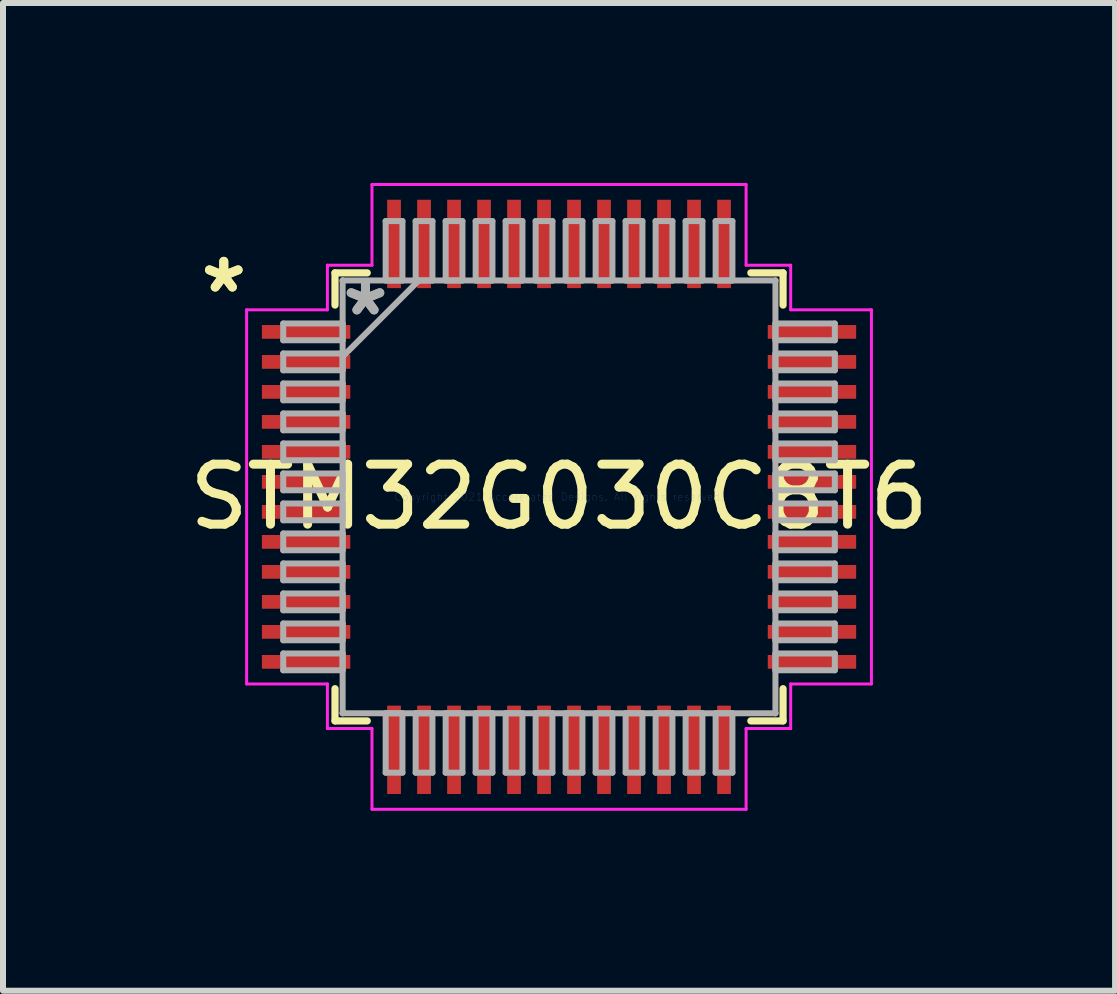
<source format=kicad_pcb>
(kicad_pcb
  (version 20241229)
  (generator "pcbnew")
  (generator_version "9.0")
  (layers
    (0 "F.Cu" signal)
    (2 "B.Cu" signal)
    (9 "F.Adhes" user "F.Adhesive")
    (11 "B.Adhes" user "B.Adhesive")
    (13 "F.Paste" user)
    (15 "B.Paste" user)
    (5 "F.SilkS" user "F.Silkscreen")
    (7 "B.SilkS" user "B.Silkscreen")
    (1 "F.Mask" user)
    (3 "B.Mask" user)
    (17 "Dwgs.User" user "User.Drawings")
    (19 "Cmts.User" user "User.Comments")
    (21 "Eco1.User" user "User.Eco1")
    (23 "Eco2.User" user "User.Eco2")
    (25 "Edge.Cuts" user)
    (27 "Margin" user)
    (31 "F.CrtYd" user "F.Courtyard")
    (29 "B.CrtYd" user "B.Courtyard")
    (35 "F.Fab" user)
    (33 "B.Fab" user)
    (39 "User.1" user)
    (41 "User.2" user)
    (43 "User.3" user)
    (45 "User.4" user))
  (footprint "STM32G030C8T6"
    (layer "F.Cu")
    (at 6.268 5.232)
    (property "Reference" "STM32G030C8T6" (at 0 0 0) (layer "F.SilkS") (effects (font (size 1 1) (thickness 0.15))))
    (attr through_hole)
    (fp_line (start -3.734 -3.734) (end -3.734 -3.197) (stroke (width 0.12) (type solid)) (layer "F.SilkS"))
    (fp_line (start -3.734 3.197) (end -3.734 3.734) (stroke (width 0.12) (type solid)) (layer "F.SilkS"))
    (fp_line (start -3.734 3.734) (end -3.197 3.734) (stroke (width 0.12) (type solid)) (layer "F.SilkS"))
    (fp_line (start -3.197 -3.734) (end -3.734 -3.734) (stroke (width 0.12) (type solid)) (layer "F.SilkS"))
    (fp_line (start 3.197 3.734) (end 3.734 3.734) (stroke (width 0.12) (type solid)) (layer "F.SilkS"))
    (fp_line (start 3.734 -3.734) (end 3.197 -3.734) (stroke (width 0.12) (type solid)) (layer "F.SilkS"))
    (fp_line (start 3.734 -3.197) (end 3.734 -3.734) (stroke (width 0.12) (type solid)) (layer "F.SilkS"))
    (fp_line (start 3.734 3.734) (end 3.734 3.197) (stroke (width 0.12) (type solid)) (layer "F.SilkS"))
    (fp_line (start -5.207 -3.118) (end -3.861 -3.118) (stroke (width 0.05) (type solid)) (layer "F.CrtYd"))
    (fp_line (start -5.207 3.118) (end -5.207 -3.118) (stroke (width 0.05) (type solid)) (layer "F.CrtYd"))
    (fp_line (start -3.861 -3.861) (end -3.118 -3.861) (stroke (width 0.05) (type solid)) (layer "F.CrtYd"))
    (fp_line (start -3.861 -3.118) (end -3.861 -3.861) (stroke (width 0.05) (type solid)) (layer "F.CrtYd"))
    (fp_line (start -3.861 3.118) (end -5.207 3.118) (stroke (width 0.05) (type solid)) (layer "F.CrtYd"))
    (fp_line (start -3.861 3.861) (end -3.861 3.118) (stroke (width 0.05) (type solid)) (layer "F.CrtYd"))
    (fp_line (start -3.861 3.861) (end -3.118 3.861) (stroke (width 0.05) (type solid)) (layer "F.CrtYd"))
    (fp_line (start -3.118 -5.207) (end 3.118 -5.207) (stroke (width 0.05) (type solid)) (layer "F.CrtYd"))
    (fp_line (start -3.118 -3.861) (end -3.118 -5.207) (stroke (width 0.05) (type solid)) (layer "F.CrtYd"))
    (fp_line (start -3.118 3.861) (end -3.118 5.207) (stroke (width 0.05) (type solid)) (layer "F.CrtYd"))
    (fp_line (start -3.118 5.207) (end 3.118 5.207) (stroke (width 0.05) (type solid)) (layer "F.CrtYd"))
    (fp_line (start 3.118 -5.207) (end 3.118 -3.861) (stroke (width 0.05) (type solid)) (layer "F.CrtYd"))
    (fp_line (start 3.118 -3.861) (end 3.861 -3.861) (stroke (width 0.05) (type solid)) (layer "F.CrtYd"))
    (fp_line (start 3.118 5.207) (end 3.118 3.861) (stroke (width 0.05) (type solid)) (layer "F.CrtYd"))
    (fp_line (start 3.861 -3.118) (end 3.861 -3.861) (stroke (width 0.05) (type solid)) (layer "F.CrtYd"))
    (fp_line (start 3.861 -3.118) (end 5.207 -3.118) (stroke (width 0.05) (type solid)) (layer "F.CrtYd"))
    (fp_line (start 3.861 3.118) (end 3.861 3.861) (stroke (width 0.05) (type solid)) (layer "F.CrtYd"))
    (fp_line (start 3.861 3.118) (end 5.207 3.118) (stroke (width 0.05) (type solid)) (layer "F.CrtYd"))
    (fp_line (start 3.861 3.861) (end 3.118 3.861) (stroke (width 0.05) (type solid)) (layer "F.CrtYd"))
    (fp_line (start 5.207 -3.118) (end 5.207 3.118) (stroke (width 0.05) (type solid)) (layer "F.CrtYd"))
    (fp_line (start -4.597 -2.89) (end -4.597 -2.61) (stroke (width 0.1) (type solid)) (layer "F.Fab"))
    (fp_line (start -4.597 -2.61) (end -3.607 -2.61) (stroke (width 0.1) (type solid)) (layer "F.Fab"))
    (fp_line (start -4.597 -2.39) (end -4.597 -2.11) (stroke (width 0.1) (type solid)) (layer "F.Fab"))
    (fp_line (start -4.597 -2.11) (end -3.607 -2.11) (stroke (width 0.1) (type solid)) (layer "F.Fab"))
    (fp_line (start -4.597 -1.89) (end -4.597 -1.61) (stroke (width 0.1) (type solid)) (layer "F.Fab"))
    (fp_line (start -4.597 -1.61) (end -3.607 -1.61) (stroke (width 0.1) (type solid)) (layer "F.Fab"))
    (fp_line (start -4.597 -1.39) (end -4.597 -1.11) (stroke (width 0.1) (type solid)) (layer "F.Fab"))
    (fp_line (start -4.597 -1.11) (end -3.607 -1.11) (stroke (width 0.1) (type solid)) (layer "F.Fab"))
    (fp_line (start -4.597 -0.89) (end -4.597 -0.61) (stroke (width 0.1) (type solid)) (layer "F.Fab"))
    (fp_line (start -4.597 -0.61) (end -3.607 -0.61) (stroke (width 0.1) (type solid)) (layer "F.Fab"))
    (fp_line (start -4.597 -0.39) (end -4.597 -0.11) (stroke (width 0.1) (type solid)) (layer "F.Fab"))
    (fp_line (start -4.597 -0.11) (end -3.607 -0.11) (stroke (width 0.1) (type solid)) (layer "F.Fab"))
    (fp_line (start -4.597 0.11) (end -4.597 0.39) (stroke (width 0.1) (type solid)) (layer "F.Fab"))
    (fp_line (start -4.597 0.39) (end -3.607 0.39) (stroke (width 0.1) (type solid)) (layer "F.Fab"))
    (fp_line (start -4.597 0.61) (end -4.597 0.89) (stroke (width 0.1) (type solid)) (layer "F.Fab"))
    (fp_line (start -4.597 0.89) (end -3.607 0.89) (stroke (width 0.1) (type solid)) (layer "F.Fab"))
    (fp_line (start -4.597 1.11) (end -4.597 1.39) (stroke (width 0.1) (type solid)) (layer "F.Fab"))
    (fp_line (start -4.597 1.39) (end -3.607 1.39) (stroke (width 0.1) (type solid)) (layer "F.Fab"))
    (fp_line (start -4.597 1.61) (end -4.597 1.89) (stroke (width 0.1) (type solid)) (layer "F.Fab"))
    (fp_line (start -4.597 1.89) (end -3.607 1.89) (stroke (width 0.1) (type solid)) (layer "F.Fab"))
    (fp_line (start -4.597 2.11) (end -4.597 2.39) (stroke (width 0.1) (type solid)) (layer "F.Fab"))
    (fp_line (start -4.597 2.39) (end -3.607 2.39) (stroke (width 0.1) (type solid)) (layer "F.Fab"))
    (fp_line (start -4.597 2.61) (end -4.597 2.89) (stroke (width 0.1) (type solid)) (layer "F.Fab"))
    (fp_line (start -4.597 2.89) (end -3.607 2.89) (stroke (width 0.1) (type solid)) (layer "F.Fab"))
    (fp_line (start -3.607 -3.607) (end -3.607 -3.607) (stroke (width 0.1) (type solid)) (layer "F.Fab"))
    (fp_line (start -3.607 -3.607) (end -3.607 3.607) (stroke (width 0.1) (type solid)) (layer "F.Fab"))
    (fp_line (start -3.607 -2.89) (end -4.597 -2.89) (stroke (width 0.1) (type solid)) (layer "F.Fab"))
    (fp_line (start -3.607 -2.61) (end -3.607 -2.89) (stroke (width 0.1) (type solid)) (layer "F.Fab"))
    (fp_line (start -3.607 -2.39) (end -4.597 -2.39) (stroke (width 0.1) (type solid)) (layer "F.Fab"))
    (fp_line (start -3.607 -2.337) (end -2.337 -3.607) (stroke (width 0.1) (type solid)) (layer "F.Fab"))
    (fp_line (start -3.607 -2.11) (end -3.607 -2.39) (stroke (width 0.1) (type solid)) (layer "F.Fab"))
    (fp_line (start -3.607 -1.89) (end -4.597 -1.89) (stroke (width 0.1) (type solid)) (layer "F.Fab"))
    (fp_line (start -3.607 -1.61) (end -3.607 -1.89) (stroke (width 0.1) (type solid)) (layer "F.Fab"))
    (fp_line (start -3.607 -1.39) (end -4.597 -1.39) (stroke (width 0.1) (type solid)) (layer "F.Fab"))
    (fp_line (start -3.607 -1.11) (end -3.607 -1.39) (stroke (width 0.1) (type solid)) (layer "F.Fab"))
    (fp_line (start -3.607 -0.89) (end -4.597 -0.89) (stroke (width 0.1) (type solid)) (layer "F.Fab"))
    (fp_line (start -3.607 -0.61) (end -3.607 -0.89) (stroke (width 0.1) (type solid)) (layer "F.Fab"))
    (fp_line (start -3.607 -0.39) (end -4.597 -0.39) (stroke (width 0.1) (type solid)) (layer "F.Fab"))
    (fp_line (start -3.607 -0.11) (end -3.607 -0.39) (stroke (width 0.1) (type solid)) (layer "F.Fab"))
    (fp_line (start -3.607 0.11) (end -4.597 0.11) (stroke (width 0.1) (type solid)) (layer "F.Fab"))
    (fp_line (start -3.607 0.39) (end -3.607 0.11) (stroke (width 0.1) (type solid)) (layer "F.Fab"))
    (fp_line (start -3.607 0.61) (end -4.597 0.61) (stroke (width 0.1) (type solid)) (layer "F.Fab"))
    (fp_line (start -3.607 0.89) (end -3.607 0.61) (stroke (width 0.1) (type solid)) (layer "F.Fab"))
    (fp_line (start -3.607 1.11) (end -4.597 1.11) (stroke (width 0.1) (type solid)) (layer "F.Fab"))
    (fp_line (start -3.607 1.39) (end -3.607 1.11) (stroke (width 0.1) (type solid)) (layer "F.Fab"))
    (fp_line (start -3.607 1.61) (end -4.597 1.61) (stroke (width 0.1) (type solid)) (layer "F.Fab"))
    (fp_line (start -3.607 1.89) (end -3.607 1.61) (stroke (width 0.1) (type solid)) (layer "F.Fab"))
    (fp_line (start -3.607 2.11) (end -4.597 2.11) (stroke (width 0.1) (type solid)) (layer "F.Fab"))
    (fp_line (start -3.607 2.39) (end -3.607 2.11) (stroke (width 0.1) (type solid)) (layer "F.Fab"))
    (fp_line (start -3.607 2.61) (end -4.597 2.61) (stroke (width 0.1) (type solid)) (layer "F.Fab"))
    (fp_line (start -3.607 2.89) (end -3.607 2.61) (stroke (width 0.1) (type solid)) (layer "F.Fab"))
    (fp_line (start -3.607 3.607) (end -3.607 3.607) (stroke (width 0.1) (type solid)) (layer "F.Fab"))
    (fp_line (start -3.607 3.607) (end 3.607 3.607) (stroke (width 0.1) (type solid)) (layer "F.Fab"))
    (fp_line (start -2.89 -4.597) (end -2.89 -3.607) (stroke (width 0.1) (type solid)) (layer "F.Fab"))
    (fp_line (start -2.89 -3.607) (end -2.61 -3.607) (stroke (width 0.1) (type solid)) (layer "F.Fab"))
    (fp_line (start -2.89 3.607) (end -2.89 4.597) (stroke (width 0.1) (type solid)) (layer "F.Fab"))
    (fp_line (start -2.89 4.597) (end -2.61 4.597) (stroke (width 0.1) (type solid)) (layer "F.Fab"))
    (fp_line (start -2.61 -4.597) (end -2.89 -4.597) (stroke (width 0.1) (type solid)) (layer "F.Fab"))
    (fp_line (start -2.61 -3.607) (end -2.61 -4.597) (stroke (width 0.1) (type solid)) (layer "F.Fab"))
    (fp_line (start -2.61 3.607) (end -2.89 3.607) (stroke (width 0.1) (type solid)) (layer "F.Fab"))
    (fp_line (start -2.61 4.597) (end -2.61 3.607) (stroke (width 0.1) (type solid)) (layer "F.Fab"))
    (fp_line (start -2.39 -4.597) (end -2.39 -3.607) (stroke (width 0.1) (type solid)) (layer "F.Fab"))
    (fp_line (start -2.39 -3.607) (end -2.11 -3.607) (stroke (width 0.1) (type solid)) (layer "F.Fab"))
    (fp_line (start -2.39 3.607) (end -2.39 4.597) (stroke (width 0.1) (type solid)) (layer "F.Fab"))
    (fp_line (start -2.39 4.597) (end -2.11 4.597) (stroke (width 0.1) (type solid)) (layer "F.Fab"))
    (fp_line (start -2.11 -4.597) (end -2.39 -4.597) (stroke (width 0.1) (type solid)) (layer "F.Fab"))
    (fp_line (start -2.11 -3.607) (end -2.11 -4.597) (stroke (width 0.1) (type solid)) (layer "F.Fab"))
    (fp_line (start -2.11 3.607) (end -2.39 3.607) (stroke (width 0.1) (type solid)) (layer "F.Fab"))
    (fp_line (start -2.11 4.597) (end -2.11 3.607) (stroke (width 0.1) (type solid)) (layer "F.Fab"))
    (fp_line (start -1.89 -4.597) (end -1.89 -3.607) (stroke (width 0.1) (type solid)) (layer "F.Fab"))
    (fp_line (start -1.89 -3.607) (end -1.61 -3.607) (stroke (width 0.1) (type solid)) (layer "F.Fab"))
    (fp_line (start -1.89 3.607) (end -1.89 4.597) (stroke (width 0.1) (type solid)) (layer "F.Fab"))
    (fp_line (start -1.89 4.597) (end -1.61 4.597) (stroke (width 0.1) (type solid)) (layer "F.Fab"))
    (fp_line (start -1.61 -4.597) (end -1.89 -4.597) (stroke (width 0.1) (type solid)) (layer "F.Fab"))
    (fp_line (start -1.61 -3.607) (end -1.61 -4.597) (stroke (width 0.1) (type solid)) (layer "F.Fab"))
    (fp_line (start -1.61 3.607) (end -1.89 3.607) (stroke (width 0.1) (type solid)) (layer "F.Fab"))
    (fp_line (start -1.61 4.597) (end -1.61 3.607) (stroke (width 0.1) (type solid)) (layer "F.Fab"))
    (fp_line (start -1.39 -4.597) (end -1.39 -3.607) (stroke (width 0.1) (type solid)) (layer "F.Fab"))
    (fp_line (start -1.39 -3.607) (end -1.11 -3.607) (stroke (width 0.1) (type solid)) (layer "F.Fab"))
    (fp_line (start -1.39 3.607) (end -1.39 4.597) (stroke (width 0.1) (type solid)) (layer "F.Fab"))
    (fp_line (start -1.39 4.597) (end -1.11 4.597) (stroke (width 0.1) (type solid)) (layer "F.Fab"))
    (fp_line (start -1.11 -4.597) (end -1.39 -4.597) (stroke (width 0.1) (type solid)) (layer "F.Fab"))
    (fp_line (start -1.11 -3.607) (end -1.11 -4.597) (stroke (width 0.1) (type solid)) (layer "F.Fab"))
    (fp_line (start -1.11 3.607) (end -1.39 3.607) (stroke (width 0.1) (type solid)) (layer "F.Fab"))
    (fp_line (start -1.11 4.597) (end -1.11 3.607) (stroke (width 0.1) (type solid)) (layer "F.Fab"))
    (fp_line (start -0.89 -4.597) (end -0.89 -3.607) (stroke (width 0.1) (type solid)) (layer "F.Fab"))
    (fp_line (start -0.89 -3.607) (end -0.61 -3.607) (stroke (width 0.1) (type solid)) (layer "F.Fab"))
    (fp_line (start -0.89 3.607) (end -0.89 4.597) (stroke (width 0.1) (type solid)) (layer "F.Fab"))
    (fp_line (start -0.89 4.597) (end -0.61 4.597) (stroke (width 0.1) (type solid)) (layer "F.Fab"))
    (fp_line (start -0.61 -4.597) (end -0.89 -4.597) (stroke (width 0.1) (type solid)) (layer "F.Fab"))
    (fp_line (start -0.61 -3.607) (end -0.61 -4.597) (stroke (width 0.1) (type solid)) (layer "F.Fab"))
    (fp_line (start -0.61 3.607) (end -0.89 3.607) (stroke (width 0.1) (type solid)) (layer "F.Fab"))
    (fp_line (start -0.61 4.597) (end -0.61 3.607) (stroke (width 0.1) (type solid)) (layer "F.Fab"))
    (fp_line (start -0.39 -4.597) (end -0.39 -3.607) (stroke (width 0.1) (type solid)) (layer "F.Fab"))
    (fp_line (start -0.39 -3.607) (end -0.11 -3.607) (stroke (width 0.1) (type solid)) (layer "F.Fab"))
    (fp_line (start -0.39 3.607) (end -0.39 4.597) (stroke (width 0.1) (type solid)) (layer "F.Fab"))
    (fp_line (start -0.39 4.597) (end -0.11 4.597) (stroke (width 0.1) (type solid)) (layer "F.Fab"))
    (fp_line (start -0.11 -4.597) (end -0.39 -4.597) (stroke (width 0.1) (type solid)) (layer "F.Fab"))
    (fp_line (start -0.11 -3.607) (end -0.11 -4.597) (stroke (width 0.1) (type solid)) (layer "F.Fab"))
    (fp_line (start -0.11 3.607) (end -0.39 3.607) (stroke (width 0.1) (type solid)) (layer "F.Fab"))
    (fp_line (start -0.11 4.597) (end -0.11 3.607) (stroke (width 0.1) (type solid)) (layer "F.Fab"))
    (fp_line (start 0.11 -4.597) (end 0.11 -3.607) (stroke (width 0.1) (type solid)) (layer "F.Fab"))
    (fp_line (start 0.11 -3.607) (end 0.39 -3.607) (stroke (width 0.1) (type solid)) (layer "F.Fab"))
    (fp_line (start 0.11 3.607) (end 0.11 4.597) (stroke (width 0.1) (type solid)) (layer "F.Fab"))
    (fp_line (start 0.11 4.597) (end 0.39 4.597) (stroke (width 0.1) (type solid)) (layer "F.Fab"))
    (fp_line (start 0.39 -4.597) (end 0.11 -4.597) (stroke (width 0.1) (type solid)) (layer "F.Fab"))
    (fp_line (start 0.39 -3.607) (end 0.39 -4.597) (stroke (width 0.1) (type solid)) (layer "F.Fab"))
    (fp_line (start 0.39 3.607) (end 0.11 3.607) (stroke (width 0.1) (type solid)) (layer "F.Fab"))
    (fp_line (start 0.39 4.597) (end 0.39 3.607) (stroke (width 0.1) (type solid)) (layer "F.Fab"))
    (fp_line (start 0.61 -4.597) (end 0.61 -3.607) (stroke (width 0.1) (type solid)) (layer "F.Fab"))
    (fp_line (start 0.61 -3.607) (end 0.89 -3.607) (stroke (width 0.1) (type solid)) (layer "F.Fab"))
    (fp_line (start 0.61 3.607) (end 0.61 4.597) (stroke (width 0.1) (type solid)) (layer "F.Fab"))
    (fp_line (start 0.61 4.597) (end 0.89 4.597) (stroke (width 0.1) (type solid)) (layer "F.Fab"))
    (fp_line (start 0.89 -4.597) (end 0.61 -4.597) (stroke (width 0.1) (type solid)) (layer "F.Fab"))
    (fp_line (start 0.89 -3.607) (end 0.89 -4.597) (stroke (width 0.1) (type solid)) (layer "F.Fab"))
    (fp_line (start 0.89 3.607) (end 0.61 3.607) (stroke (width 0.1) (type solid)) (layer "F.Fab"))
    (fp_line (start 0.89 4.597) (end 0.89 3.607) (stroke (width 0.1) (type solid)) (layer "F.Fab"))
    (fp_line (start 1.11 -4.597) (end 1.11 -3.607) (stroke (width 0.1) (type solid)) (layer "F.Fab"))
    (fp_line (start 1.11 -3.607) (end 1.39 -3.607) (stroke (width 0.1) (type solid)) (layer "F.Fab"))
    (fp_line (start 1.11 3.607) (end 1.11 4.597) (stroke (width 0.1) (type solid)) (layer "F.Fab"))
    (fp_line (start 1.11 4.597) (end 1.39 4.597) (stroke (width 0.1) (type solid)) (layer "F.Fab"))
    (fp_line (start 1.39 -4.597) (end 1.11 -4.597) (stroke (width 0.1) (type solid)) (layer "F.Fab"))
    (fp_line (start 1.39 -3.607) (end 1.39 -4.597) (stroke (width 0.1) (type solid)) (layer "F.Fab"))
    (fp_line (start 1.39 3.607) (end 1.11 3.607) (stroke (width 0.1) (type solid)) (layer "F.Fab"))
    (fp_line (start 1.39 4.597) (end 1.39 3.607) (stroke (width 0.1) (type solid)) (layer "F.Fab"))
    (fp_line (start 1.61 -4.597) (end 1.61 -3.607) (stroke (width 0.1) (type solid)) (layer "F.Fab"))
    (fp_line (start 1.61 -3.607) (end 1.89 -3.607) (stroke (width 0.1) (type solid)) (layer "F.Fab"))
    (fp_line (start 1.61 3.607) (end 1.61 4.597) (stroke (width 0.1) (type solid)) (layer "F.Fab"))
    (fp_line (start 1.61 4.597) (end 1.89 4.597) (stroke (width 0.1) (type solid)) (layer "F.Fab"))
    (fp_line (start 1.89 -4.597) (end 1.61 -4.597) (stroke (width 0.1) (type solid)) (layer "F.Fab"))
    (fp_line (start 1.89 -3.607) (end 1.89 -4.597) (stroke (width 0.1) (type solid)) (layer "F.Fab"))
    (fp_line (start 1.89 3.607) (end 1.61 3.607) (stroke (width 0.1) (type solid)) (layer "F.Fab"))
    (fp_line (start 1.89 4.597) (end 1.89 3.607) (stroke (width 0.1) (type solid)) (layer "F.Fab"))
    (fp_line (start 2.11 -4.597) (end 2.11 -3.607) (stroke (width 0.1) (type solid)) (layer "F.Fab"))
    (fp_line (start 2.11 -3.607) (end 2.39 -3.607) (stroke (width 0.1) (type solid)) (layer "F.Fab"))
    (fp_line (start 2.11 3.607) (end 2.11 4.597) (stroke (width 0.1) (type solid)) (layer "F.Fab"))
    (fp_line (start 2.11 4.597) (end 2.39 4.597) (stroke (width 0.1) (type solid)) (layer "F.Fab"))
    (fp_line (start 2.39 -4.597) (end 2.11 -4.597) (stroke (width 0.1) (type solid)) (layer "F.Fab"))
    (fp_line (start 2.39 -3.607) (end 2.39 -4.597) (stroke (width 0.1) (type solid)) (layer "F.Fab"))
    (fp_line (start 2.39 3.607) (end 2.11 3.607) (stroke (width 0.1) (type solid)) (layer "F.Fab"))
    (fp_line (start 2.39 4.597) (end 2.39 3.607) (stroke (width 0.1) (type solid)) (layer "F.Fab"))
    (fp_line (start 2.61 -4.597) (end 2.61 -3.607) (stroke (width 0.1) (type solid)) (layer "F.Fab"))
    (fp_line (start 2.61 -3.607) (end 2.89 -3.607) (stroke (width 0.1) (type solid)) (layer "F.Fab"))
    (fp_line (start 2.61 3.607) (end 2.61 4.597) (stroke (width 0.1) (type solid)) (layer "F.Fab"))
    (fp_line (start 2.61 4.597) (end 2.89 4.597) (stroke (width 0.1) (type solid)) (layer "F.Fab"))
    (fp_line (start 2.89 -4.597) (end 2.61 -4.597) (stroke (width 0.1) (type solid)) (layer "F.Fab"))
    (fp_line (start 2.89 -3.607) (end 2.89 -4.597) (stroke (width 0.1) (type solid)) (layer "F.Fab"))
    (fp_line (start 2.89 3.607) (end 2.61 3.607) (stroke (width 0.1) (type solid)) (layer "F.Fab"))
    (fp_line (start 2.89 4.597) (end 2.89 3.607) (stroke (width 0.1) (type solid)) (layer "F.Fab"))
    (fp_line (start 3.607 -3.607) (end -3.607 -3.607) (stroke (width 0.1) (type solid)) (layer "F.Fab"))
    (fp_line (start 3.607 -3.607) (end 3.607 -3.607) (stroke (width 0.1) (type solid)) (layer "F.Fab"))
    (fp_line (start 3.607 -2.89) (end 3.607 -2.61) (stroke (width 0.1) (type solid)) (layer "F.Fab"))
    (fp_line (start 3.607 -2.61) (end 4.597 -2.61) (stroke (width 0.1) (type solid)) (layer "F.Fab"))
    (fp_line (start 3.607 -2.39) (end 3.607 -2.11) (stroke (width 0.1) (type solid)) (layer "F.Fab"))
    (fp_line (start 3.607 -2.11) (end 4.597 -2.11) (stroke (width 0.1) (type solid)) (layer "F.Fab"))
    (fp_line (start 3.607 -1.89) (end 3.607 -1.61) (stroke (width 0.1) (type solid)) (layer "F.Fab"))
    (fp_line (start 3.607 -1.61) (end 4.597 -1.61) (stroke (width 0.1) (type solid)) (layer "F.Fab"))
    (fp_line (start 3.607 -1.39) (end 3.607 -1.11) (stroke (width 0.1) (type solid)) (layer "F.Fab"))
    (fp_line (start 3.607 -1.11) (end 4.597 -1.11) (stroke (width 0.1) (type solid)) (layer "F.Fab"))
    (fp_line (start 3.607 -0.89) (end 3.607 -0.61) (stroke (width 0.1) (type solid)) (layer "F.Fab"))
    (fp_line (start 3.607 -0.61) (end 4.597 -0.61) (stroke (width 0.1) (type solid)) (layer "F.Fab"))
    (fp_line (start 3.607 -0.39) (end 3.607 -0.11) (stroke (width 0.1) (type solid)) (layer "F.Fab"))
    (fp_line (start 3.607 -0.11) (end 4.597 -0.11) (stroke (width 0.1) (type solid)) (layer "F.Fab"))
    (fp_line (start 3.607 0.11) (end 3.607 0.39) (stroke (width 0.1) (type solid)) (layer "F.Fab"))
    (fp_line (start 3.607 0.39) (end 4.597 0.39) (stroke (width 0.1) (type solid)) (layer "F.Fab"))
    (fp_line (start 3.607 0.61) (end 3.607 0.89) (stroke (width 0.1) (type solid)) (layer "F.Fab"))
    (fp_line (start 3.607 0.89) (end 4.597 0.89) (stroke (width 0.1) (type solid)) (layer "F.Fab"))
    (fp_line (start 3.607 1.11) (end 3.607 1.39) (stroke (width 0.1) (type solid)) (layer "F.Fab"))
    (fp_line (start 3.607 1.39) (end 4.597 1.39) (stroke (width 0.1) (type solid)) (layer "F.Fab"))
    (fp_line (start 3.607 1.61) (end 3.607 1.89) (stroke (width 0.1) (type solid)) (layer "F.Fab"))
    (fp_line (start 3.607 1.89) (end 4.597 1.89) (stroke (width 0.1) (type solid)) (layer "F.Fab"))
    (fp_line (start 3.607 2.11) (end 3.607 2.39) (stroke (width 0.1) (type solid)) (layer "F.Fab"))
    (fp_line (start 3.607 2.39) (end 4.597 2.39) (stroke (width 0.1) (type solid)) (layer "F.Fab"))
    (fp_line (start 3.607 2.61) (end 3.607 2.89) (stroke (width 0.1) (type solid)) (layer "F.Fab"))
    (fp_line (start 3.607 2.89) (end 4.597 2.89) (stroke (width 0.1) (type solid)) (layer "F.Fab"))
    (fp_line (start 3.607 3.607) (end 3.607 -3.607) (stroke (width 0.1) (type solid)) (layer "F.Fab"))
    (fp_line (start 3.607 3.607) (end 3.607 3.607) (stroke (width 0.1) (type solid)) (layer "F.Fab"))
    (fp_line (start 4.597 -2.89) (end 3.607 -2.89) (stroke (width 0.1) (type solid)) (layer "F.Fab"))
    (fp_line (start 4.597 -2.61) (end 4.597 -2.89) (stroke (width 0.1) (type solid)) (layer "F.Fab"))
    (fp_line (start 4.597 -2.39) (end 3.607 -2.39) (stroke (width 0.1) (type solid)) (layer "F.Fab"))
    (fp_line (start 4.597 -2.11) (end 4.597 -2.39) (stroke (width 0.1) (type solid)) (layer "F.Fab"))
    (fp_line (start 4.597 -1.89) (end 3.607 -1.89) (stroke (width 0.1) (type solid)) (layer "F.Fab"))
    (fp_line (start 4.597 -1.61) (end 4.597 -1.89) (stroke (width 0.1) (type solid)) (layer "F.Fab"))
    (fp_line (start 4.597 -1.39) (end 3.607 -1.39) (stroke (width 0.1) (type solid)) (layer "F.Fab"))
    (fp_line (start 4.597 -1.11) (end 4.597 -1.39) (stroke (width 0.1) (type solid)) (layer "F.Fab"))
    (fp_line (start 4.597 -0.89) (end 3.607 -0.89) (stroke (width 0.1) (type solid)) (layer "F.Fab"))
    (fp_line (start 4.597 -0.61) (end 4.597 -0.89) (stroke (width 0.1) (type solid)) (layer "F.Fab"))
    (fp_line (start 4.597 -0.39) (end 3.607 -0.39) (stroke (width 0.1) (type solid)) (layer "F.Fab"))
    (fp_line (start 4.597 -0.11) (end 4.597 -0.39) (stroke (width 0.1) (type solid)) (layer "F.Fab"))
    (fp_line (start 4.597 0.11) (end 3.607 0.11) (stroke (width 0.1) (type solid)) (layer "F.Fab"))
    (fp_line (start 4.597 0.39) (end 4.597 0.11) (stroke (width 0.1) (type solid)) (layer "F.Fab"))
    (fp_line (start 4.597 0.61) (end 3.607 0.61) (stroke (width 0.1) (type solid)) (layer "F.Fab"))
    (fp_line (start 4.597 0.89) (end 4.597 0.61) (stroke (width 0.1) (type solid)) (layer "F.Fab"))
    (fp_line (start 4.597 1.11) (end 3.607 1.11) (stroke (width 0.1) (type solid)) (layer "F.Fab"))
    (fp_line (start 4.597 1.39) (end 4.597 1.11) (stroke (width 0.1) (type solid)) (layer "F.Fab"))
    (fp_line (start 4.597 1.61) (end 3.607 1.61) (stroke (width 0.1) (type solid)) (layer "F.Fab"))
    (fp_line (start 4.597 1.89) (end 4.597 1.61) (stroke (width 0.1) (type solid)) (layer "F.Fab"))
    (fp_line (start 4.597 2.11) (end 3.607 2.11) (stroke (width 0.1) (type solid)) (layer "F.Fab"))
    (fp_line (start 4.597 2.39) (end 4.597 2.11) (stroke (width 0.1) (type solid)) (layer "F.Fab"))
    (fp_line (start 4.597 2.61) (end 3.607 2.61) (stroke (width 0.1) (type solid)) (layer "F.Fab"))
    (fp_line (start 4.597 2.89) (end 4.597 2.61) (stroke (width 0.1) (type solid)) (layer "F.Fab"))
    (fp_text user "*" (at -5.588 -3.381 0) (layer "F.SilkS") (effects (font (size 1 1) (thickness 0.15))))
    (fp_text user "*" (at -5.588 -3.381 0) (layer "F.SilkS") (effects (font (size 1 1) (thickness 0.15))))
    (fp_text user "Copyright 2021 Accelerated Designs. All rights reserved." (at 0 0 0) (layer "Cmts.User") (effects (font (size 0.127 0.127) (thickness 0.002))))
    (fp_text user "*" (at -3.226 -3 0) (layer "F.Fab") (effects (font (size 1 1) (thickness 0.15))))
    (fp_text user "*" (at -3.226 -3 0) (layer "F.Fab") (effects (font (size 1 1) (thickness 0.15))))
    (pad "1" smd rect (at -4.216 -2.75 90) (size 0.229 1.473) (layers "F.Cu" "F.Mask" "F.Paste"))
    (pad "2" smd rect (at -4.216 -2.25 90) (size 0.229 1.473) (layers "F.Cu" "F.Mask" "F.Paste"))
    (pad "3" smd rect (at -4.216 -1.75 90) (size 0.229 1.473) (layers "F.Cu" "F.Mask" "F.Paste"))
    (pad "4" smd rect (at -4.216 -1.25 90) (size 0.229 1.473) (layers "F.Cu" "F.Mask" "F.Paste"))
    (pad "5" smd rect (at -4.216 -0.75 90) (size 0.229 1.473) (layers "F.Cu" "F.Mask" "F.Paste"))
    (pad "6" smd rect (at -4.216 -0.25 90) (size 0.229 1.473) (layers "F.Cu" "F.Mask" "F.Paste"))
    (pad "7" smd rect (at -4.216 0.25 90) (size 0.229 1.473) (layers "F.Cu" "F.Mask" "F.Paste"))
    (pad "8" smd rect (at -4.216 0.75 90) (size 0.229 1.473) (layers "F.Cu" "F.Mask" "F.Paste"))
    (pad "9" smd rect (at -4.216 1.25 90) (size 0.229 1.473) (layers "F.Cu" "F.Mask" "F.Paste"))
    (pad "10" smd rect (at -4.216 1.75 90) (size 0.229 1.473) (layers "F.Cu" "F.Mask" "F.Paste"))
    (pad "11" smd rect (at -4.216 2.25 90) (size 0.229 1.473) (layers "F.Cu" "F.Mask" "F.Paste"))
    (pad "12" smd rect (at -4.216 2.75 90) (size 0.229 1.473) (layers "F.Cu" "F.Mask" "F.Paste"))
    (pad "13" smd rect (at -2.75 4.216) (size 0.229 1.473) (layers "F.Cu" "F.Mask" "F.Paste"))
    (pad "14" smd rect (at -2.25 4.216) (size 0.229 1.473) (layers "F.Cu" "F.Mask" "F.Paste"))
    (pad "15" smd rect (at -1.75 4.216) (size 0.229 1.473) (layers "F.Cu" "F.Mask" "F.Paste"))
    (pad "16" smd rect (at -1.25 4.216) (size 0.229 1.473) (layers "F.Cu" "F.Mask" "F.Paste"))
    (pad "17" smd rect (at -0.75 4.216) (size 0.229 1.473) (layers "F.Cu" "F.Mask" "F.Paste"))
    (pad "18" smd rect (at -0.25 4.216) (size 0.229 1.473) (layers "F.Cu" "F.Mask" "F.Paste"))
    (pad "19" smd rect (at 0.25 4.216) (size 0.229 1.473) (layers "F.Cu" "F.Mask" "F.Paste"))
    (pad "20" smd rect (at 0.75 4.216) (size 0.229 1.473) (layers "F.Cu" "F.Mask" "F.Paste"))
    (pad "21" smd rect (at 1.25 4.216) (size 0.229 1.473) (layers "F.Cu" "F.Mask" "F.Paste"))
    (pad "22" smd rect (at 1.75 4.216) (size 0.229 1.473) (layers "F.Cu" "F.Mask" "F.Paste"))
    (pad "23" smd rect (at 2.25 4.216) (size 0.229 1.473) (layers "F.Cu" "F.Mask" "F.Paste"))
    (pad "24" smd rect (at 2.75 4.216) (size 0.229 1.473) (layers "F.Cu" "F.Mask" "F.Paste"))
    (pad "25" smd rect (at 4.216 2.75 90) (size 0.229 1.473) (layers "F.Cu" "F.Mask" "F.Paste"))
    (pad "26" smd rect (at 4.216 2.25 90) (size 0.229 1.473) (layers "F.Cu" "F.Mask" "F.Paste"))
    (pad "27" smd rect (at 4.216 1.75 90) (size 0.229 1.473) (layers "F.Cu" "F.Mask" "F.Paste"))
    (pad "28" smd rect (at 4.216 1.25 90) (size 0.229 1.473) (layers "F.Cu" "F.Mask" "F.Paste"))
    (pad "29" smd rect (at 4.216 0.75 90) (size 0.229 1.473) (layers "F.Cu" "F.Mask" "F.Paste"))
    (pad "30" smd rect (at 4.216 0.25 90) (size 0.229 1.473) (layers "F.Cu" "F.Mask" "F.Paste"))
    (pad "31" smd rect (at 4.216 -0.25 90) (size 0.229 1.473) (layers "F.Cu" "F.Mask" "F.Paste"))
    (pad "32" smd rect (at 4.216 -0.75 90) (size 0.229 1.473) (layers "F.Cu" "F.Mask" "F.Paste"))
    (pad "33" smd rect (at 4.216 -1.25 90) (size 0.229 1.473) (layers "F.Cu" "F.Mask" "F.Paste"))
    (pad "34" smd rect (at 4.216 -1.75 90) (size 0.229 1.473) (layers "F.Cu" "F.Mask" "F.Paste"))
    (pad "35" smd rect (at 4.216 -2.25 90) (size 0.229 1.473) (layers "F.Cu" "F.Mask" "F.Paste"))
    (pad "36" smd rect (at 4.216 -2.75 90) (size 0.229 1.473) (layers "F.Cu" "F.Mask" "F.Paste"))
    (pad "37" smd rect (at 2.75 -4.216) (size 0.229 1.473) (layers "F.Cu" "F.Mask" "F.Paste"))
    (pad "38" smd rect (at 2.25 -4.216) (size 0.229 1.473) (layers "F.Cu" "F.Mask" "F.Paste"))
    (pad "39" smd rect (at 1.75 -4.216) (size 0.229 1.473) (layers "F.Cu" "F.Mask" "F.Paste"))
    (pad "40" smd rect (at 1.25 -4.216) (size 0.229 1.473) (layers "F.Cu" "F.Mask" "F.Paste"))
    (pad "41" smd rect (at 0.75 -4.216) (size 0.229 1.473) (layers "F.Cu" "F.Mask" "F.Paste"))
    (pad "42" smd rect (at 0.25 -4.216) (size 0.229 1.473) (layers "F.Cu" "F.Mask" "F.Paste"))
    (pad "43" smd rect (at -0.25 -4.216) (size 0.229 1.473) (layers "F.Cu" "F.Mask" "F.Paste"))
    (pad "44" smd rect (at -0.75 -4.216) (size 0.229 1.473) (layers "F.Cu" "F.Mask" "F.Paste"))
    (pad "45" smd rect (at -1.25 -4.216) (size 0.229 1.473) (layers "F.Cu" "F.Mask" "F.Paste"))
    (pad "46" smd rect (at -1.75 -4.216) (size 0.229 1.473) (layers "F.Cu" "F.Mask" "F.Paste"))
    (pad "47" smd rect (at -2.25 -4.216) (size 0.229 1.473) (layers "F.Cu" "F.Mask" "F.Paste"))
    (pad "48" smd rect (at -2.75 -4.216) (size 0.229 1.473) (layers "F.Cu" "F.Mask" "F.Paste")))
  (gr_rect
    (start -3 -3)
    (end 15.536 13.464)
    (stroke (width 0.1) (type default))
    (fill no)
    (layer "Edge.Cuts")))
</source>
